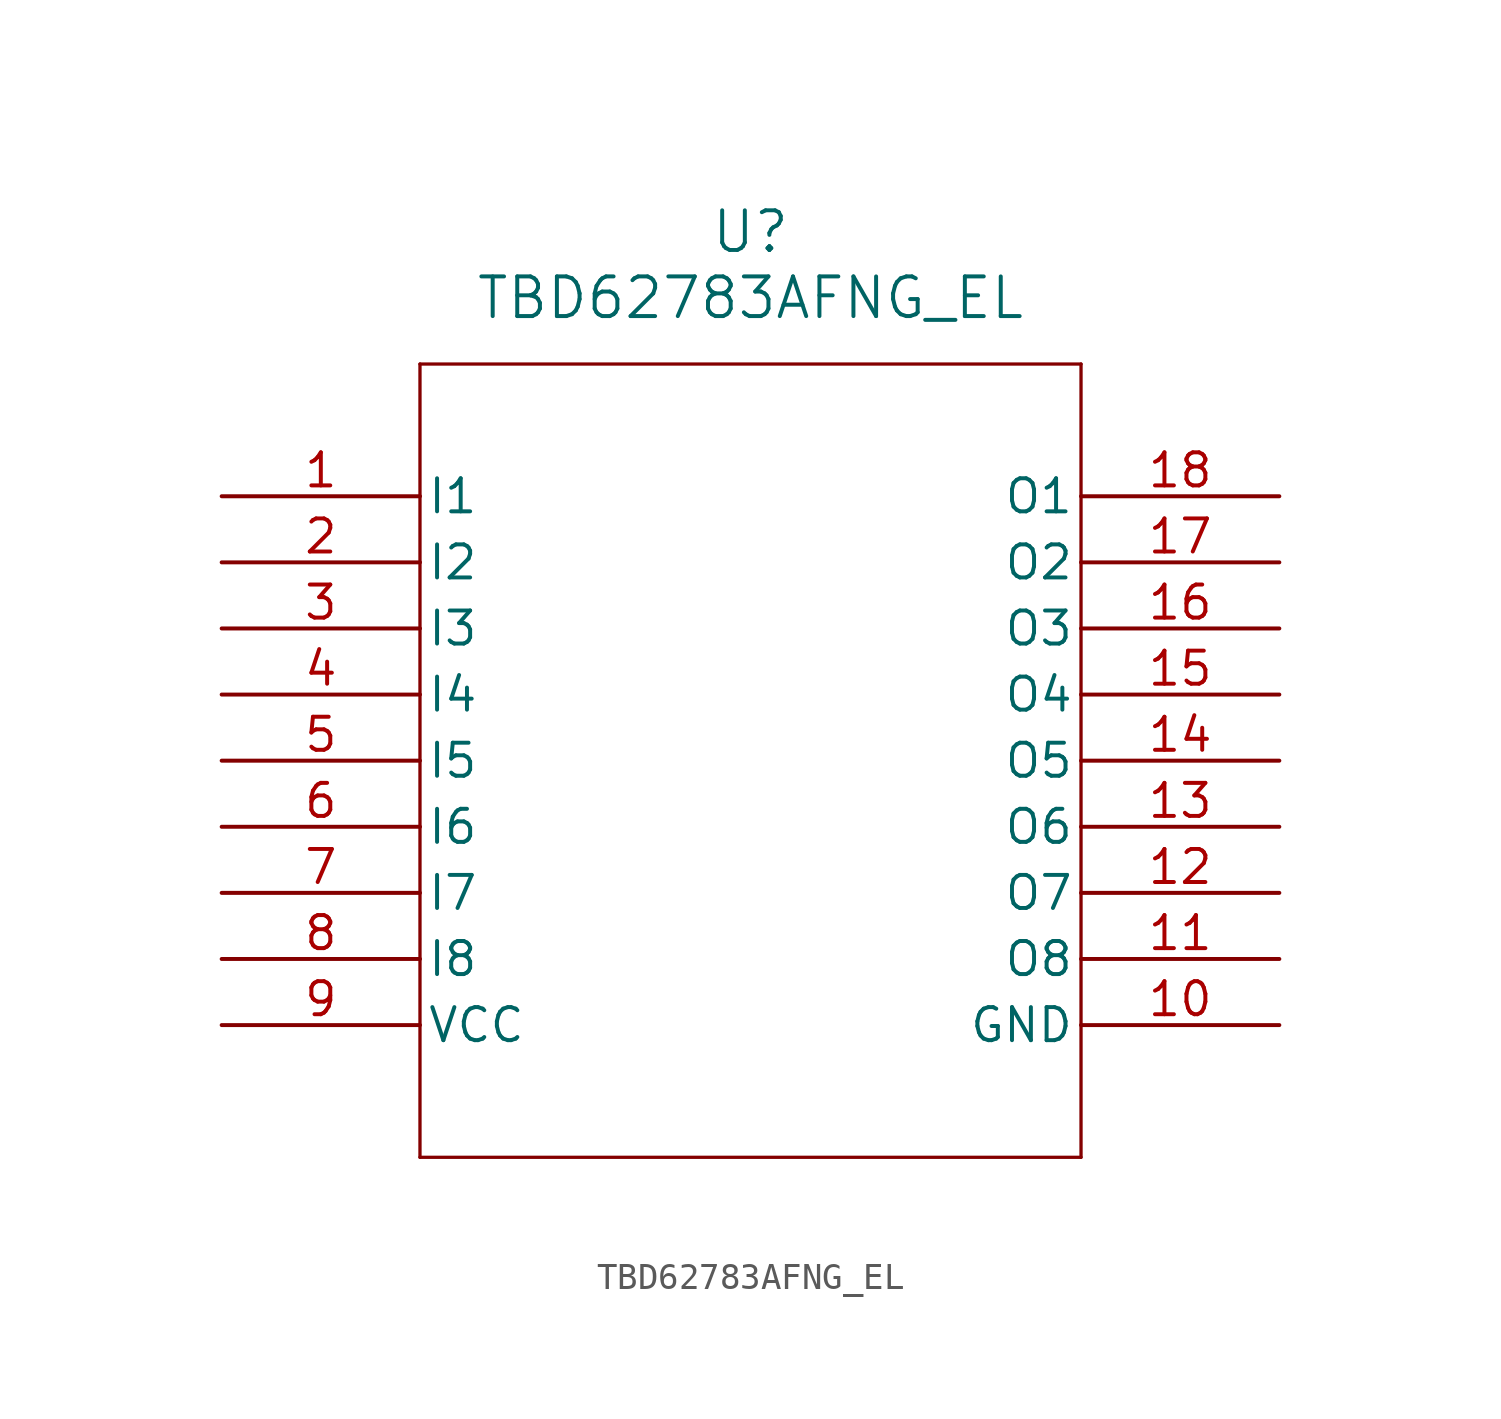
<source format=kicad_sym>
(kicad_symbol_lib
  (version 20211014)
  (generator kicad_symbol_editor)
  (symbol "TBD62783AFNG_EL"
    (pin_names
      (offset 0.254))
    (property "Reference" "U"
      (at 20.32 10.16 0)
      (effects (font (size 1.524 1.524))))
    (property "Value" "TBD62783AFNG_EL"
      (at 20.32 7.62 0)
      (effects (font (size 1.524 1.524))))
    (symbol "TBD62783AFNG_EL_0_1"
      (polyline (pts (xy 7.62 5.08) (xy 7.62 -25.4)) (stroke (width 0.127) (type default) (color 0 0 0 0)) (fill (type none)))
      (polyline (pts (xy 7.62 -25.4) (xy 33.02 -25.4)) (stroke (width 0.127) (type default) (color 0 0 0 0)) (fill (type none)))
      (polyline (pts (xy 33.02 -25.4) (xy 33.02 5.08)) (stroke (width 0.127) (type default) (color 0 0 0 0)) (fill (type none)))
      (polyline (pts (xy 33.02 5.08) (xy 7.62 5.08)) (stroke (width 0.127) (type default) (color 0 0 0 0)) (fill (type none)))
      (pin input line (at 0 0 0) (length 7.62) (name "I1" (effects (font (size 1.27 1.27)))) (number "1" (effects (font (size 1.27 1.27)))))
      (pin input line (at 0 -2.54 0) (length 7.62) (name "I2" (effects (font (size 1.27 1.27)))) (number "2" (effects (font (size 1.27 1.27)))))
      (pin input line (at 0 -5.08 0) (length 7.62) (name "I3" (effects (font (size 1.27 1.27)))) (number "3" (effects (font (size 1.27 1.27)))))
      (pin input line (at 0 -7.62 0) (length 7.62) (name "I4" (effects (font (size 1.27 1.27)))) (number "4" (effects (font (size 1.27 1.27)))))
      (pin input line (at 0 -10.16 0) (length 7.62) (name "I5" (effects (font (size 1.27 1.27)))) (number "5" (effects (font (size 1.27 1.27)))))
      (pin input line (at 0 -12.7 0) (length 7.62) (name "I6" (effects (font (size 1.27 1.27)))) (number "6" (effects (font (size 1.27 1.27)))))
      (pin input line (at 0 -15.24 0) (length 7.62) (name "I7" (effects (font (size 1.27 1.27)))) (number "7" (effects (font (size 1.27 1.27)))))
      (pin input line (at 0 -17.78 0) (length 7.62) (name "I8" (effects (font (size 1.27 1.27)))) (number "8" (effects (font (size 1.27 1.27)))))
      (pin power_in line (at 0 -20.32 0) (length 7.62) (name "VCC" (effects (font (size 1.27 1.27)))) (number "9" (effects (font (size 1.27 1.27)))))
      (pin power_out line (at 40.64 -20.32 180) (length 7.62) (name "GND" (effects (font (size 1.27 1.27)))) (number "10" (effects (font (size 1.27 1.27)))))
      (pin output line (at 40.64 -17.78 180) (length 7.62) (name "O8" (effects (font (size 1.27 1.27)))) (number "11" (effects (font (size 1.27 1.27)))))
      (pin output line (at 40.64 -15.24 180) (length 7.62) (name "O7" (effects (font (size 1.27 1.27)))) (number "12" (effects (font (size 1.27 1.27)))))
      (pin output line (at 40.64 -12.7 180) (length 7.62) (name "O6" (effects (font (size 1.27 1.27)))) (number "13" (effects (font (size 1.27 1.27)))))
      (pin output line (at 40.64 -10.16 180) (length 7.62) (name "O5" (effects (font (size 1.27 1.27)))) (number "14" (effects (font (size 1.27 1.27)))))
      (pin output line (at 40.64 -7.62 180) (length 7.62) (name "O4" (effects (font (size 1.27 1.27)))) (number "15" (effects (font (size 1.27 1.27)))))
      (pin output line (at 40.64 -5.08 180) (length 7.62) (name "O3" (effects (font (size 1.27 1.27)))) (number "16" (effects (font (size 1.27 1.27)))))
      (pin output line (at 40.64 -2.54 180) (length 7.62) (name "O2" (effects (font (size 1.27 1.27)))) (number "17" (effects (font (size 1.27 1.27)))))
      (pin output line (at 40.64 0 180) (length 7.62) (name "O1" (effects (font (size 1.27 1.27)))) (number "18" (effects (font (size 1.27 1.27))))))))
</source>
